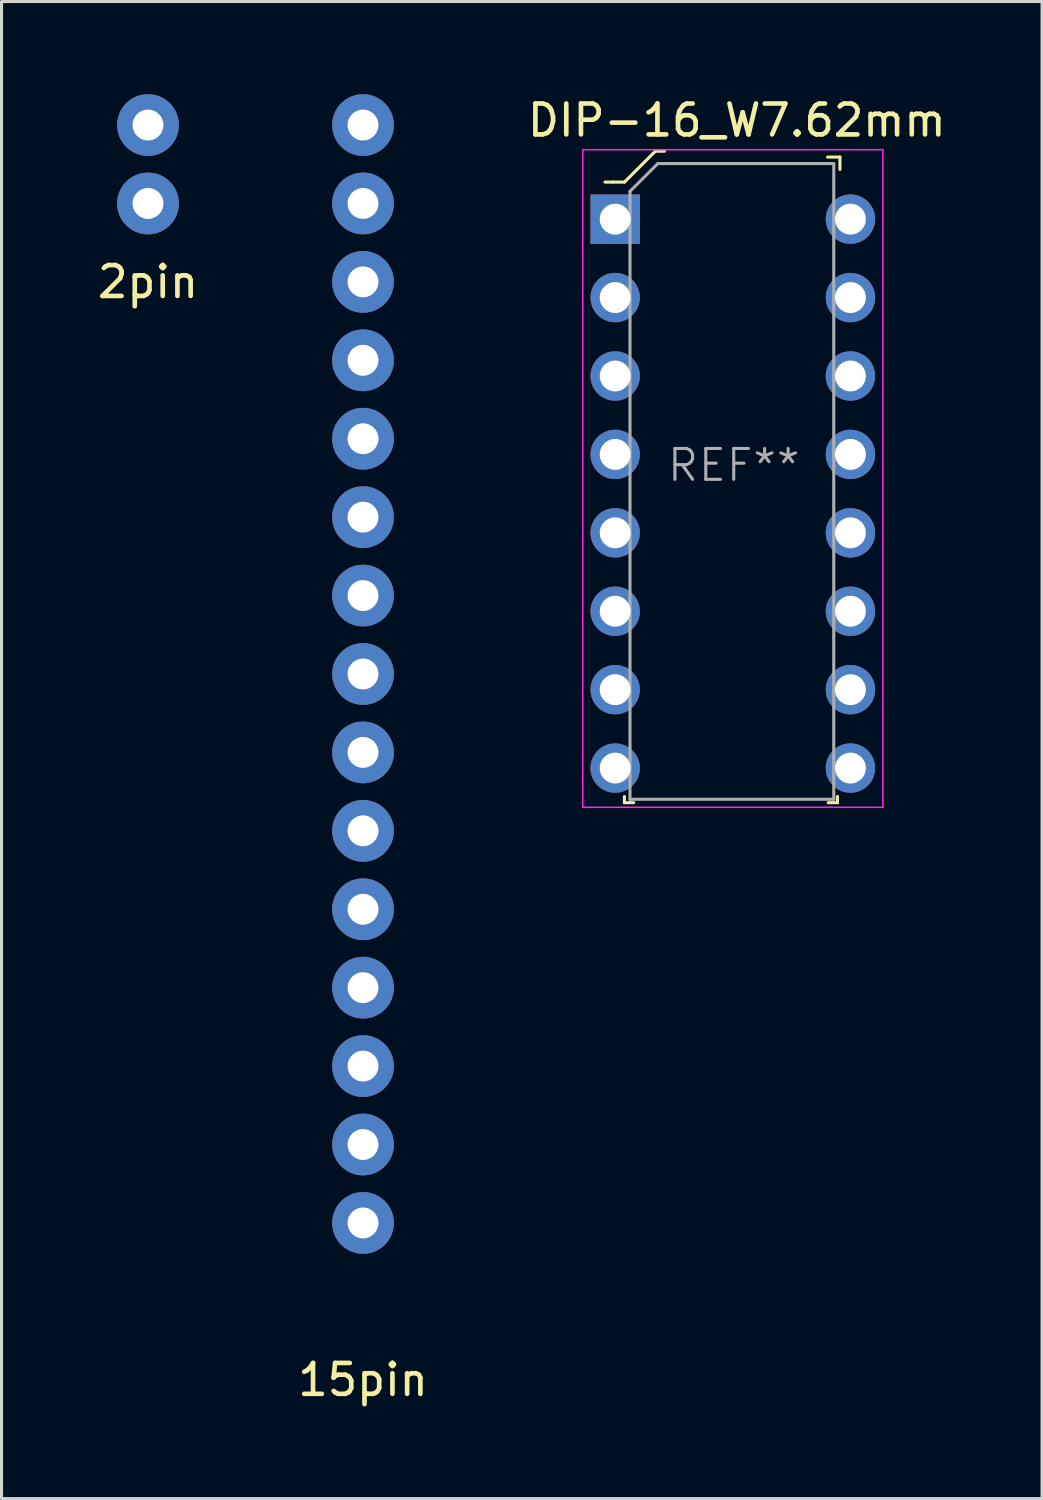
<source format=kicad_pcb>
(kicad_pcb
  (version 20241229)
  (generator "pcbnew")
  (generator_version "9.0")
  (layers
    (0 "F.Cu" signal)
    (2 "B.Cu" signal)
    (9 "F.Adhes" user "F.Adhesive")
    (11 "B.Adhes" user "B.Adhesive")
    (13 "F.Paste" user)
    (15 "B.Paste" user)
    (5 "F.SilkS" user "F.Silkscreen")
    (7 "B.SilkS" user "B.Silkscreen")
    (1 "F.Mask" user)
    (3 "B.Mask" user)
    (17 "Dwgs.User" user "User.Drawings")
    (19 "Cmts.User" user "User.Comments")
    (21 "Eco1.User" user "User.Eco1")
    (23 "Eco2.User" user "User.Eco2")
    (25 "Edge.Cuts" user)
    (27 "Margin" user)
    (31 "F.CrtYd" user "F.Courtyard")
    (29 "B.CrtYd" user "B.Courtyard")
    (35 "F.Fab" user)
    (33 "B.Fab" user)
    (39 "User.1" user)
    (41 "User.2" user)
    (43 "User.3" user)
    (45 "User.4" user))
  (footprint "DIP-16_W7.62mm"
    (layer "F.Cu")
    (at 16.875 4.048)
    (property "Reference" "DIP-16_W7.62mm" (at 3.94 -3.2 0) (layer "F.SilkS") (effects (font (size 1 1) (thickness 0.15))))
    (attr through_hole)
    (fp_line (start -0.08 -1.2) (end -0.33 -1.2) (stroke (width 0.1) (type solid)) (layer "F.SilkS"))
    (fp_line (start 0.3 -1.2) (end -0.07 -1.2) (stroke (width 0.1) (type solid)) (layer "F.SilkS"))
    (fp_line (start 0.3 18.7) (end 0.3 18.9) (stroke (width 0.1) (type solid)) (layer "F.SilkS"))
    (fp_line (start 0.3 18.9) (end 0.6 18.9) (stroke (width 0.1) (type solid)) (layer "F.SilkS"))
    (fp_line (start 1.3 -2.2) (end 0.3 -1.2) (stroke (width 0.1) (type solid)) (layer "F.SilkS"))
    (fp_line (start 1.6 -2.2) (end 1.3 -2.2) (stroke (width 0.1) (type solid)) (layer "F.SilkS"))
    (fp_line (start 6.9 18.9) (end 7.2 18.9) (stroke (width 0.1) (type solid)) (layer "F.SilkS"))
    (fp_line (start 7.2 18.9) (end 7.2 18.7) (stroke (width 0.1) (type solid)) (layer "F.SilkS"))
    (fp_line (start 7.28 -2.01) (end 6.88 -2.01) (stroke (width 0.1) (type solid)) (layer "F.SilkS"))
    (fp_line (start 7.28 -1.61) (end 7.28 -2.01) (stroke (width 0.1) (type solid)) (layer "F.SilkS"))
    (fp_line (start -1.05 -2.25) (end -1.05 19.05) (stroke (width 0.05) (type solid)) (layer "F.CrtYd"))
    (fp_line (start -1.05 -2.25) (end 8.67 -2.25) (stroke (width 0.05) (type solid)) (layer "F.CrtYd"))
    (fp_line (start -1.05 19.05) (end 8.67 19.05) (stroke (width 0.05) (type solid)) (layer "F.CrtYd"))
    (fp_line (start 8.67 19.05) (end 8.67 -2.25) (stroke (width 0.05) (type solid)) (layer "F.CrtYd"))
    (fp_line (start 0.48 -0.9) (end 0.48 18.79) (stroke (width 0.1) (type solid)) (layer "F.Fab"))
    (fp_line (start 0.48 -0.9) (end 1.38 -1.8) (stroke (width 0.1) (type solid)) (layer "F.Fab"))
    (fp_line (start 0.48 18.79) (end 7.08 18.79) (stroke (width 0.1) (type solid)) (layer "F.Fab"))
    (fp_line (start 1.38 -1.8) (end 7.08 -1.8) (stroke (width 0.1) (type solid)) (layer "F.Fab"))
    (fp_line (start 7.08 -1.8) (end 7.08 18.79) (stroke (width 0.1) (type solid)) (layer "F.Fab"))
    (fp_text user "REF**" (at 3.84 7.97 0) (layer "F.Fab") (effects (font (size 1 1) (thickness 0.1))))
    (pad "1" thru_hole rect (at 0 0) (size 1.6 1.6) (drill 1) (layers "*.Cu" "*.Mask"))
    (pad "2" thru_hole circle (at 0 2.54) (size 1.6 1.6) (drill 1) (layers "*.Cu" "*.Mask"))
    (pad "3" thru_hole circle (at 0 5.08) (size 1.6 1.6) (drill 1) (layers "*.Cu" "*.Mask"))
    (pad "4" thru_hole circle (at 0 7.62) (size 1.6 1.6) (drill 1) (layers "*.Cu" "*.Mask"))
    (pad "5" thru_hole circle (at 0 10.16) (size 1.6 1.6) (drill 1) (layers "*.Cu" "*.Mask"))
    (pad "6" thru_hole circle (at 0 12.7) (size 1.6 1.6) (drill 1) (layers "*.Cu" "*.Mask"))
    (pad "7" thru_hole circle (at 0 15.24) (size 1.6 1.6) (drill 1) (layers "*.Cu" "*.Mask"))
    (pad "8" thru_hole circle (at 0 17.78) (size 1.6 1.6) (drill 1) (layers "*.Cu" "*.Mask"))
    (pad "9" thru_hole circle (at 7.62 17.78) (size 1.6 1.6) (drill 1) (layers "*.Cu" "*.Mask"))
    (pad "10" thru_hole circle (at 7.62 15.24) (size 1.6 1.6) (drill 1) (layers "*.Cu" "*.Mask"))
    (pad "11" thru_hole circle (at 7.62 12.7) (size 1.6 1.6) (drill 1) (layers "*.Cu" "*.Mask"))
    (pad "12" thru_hole circle (at 7.62 10.16) (size 1.6 1.6) (drill 1) (layers "*.Cu" "*.Mask"))
    (pad "13" thru_hole circle (at 7.62 7.62) (size 1.6 1.6) (drill 1) (layers "*.Cu" "*.Mask"))
    (pad "14" thru_hole circle (at 7.62 5.08) (size 1.6 1.6) (drill 1) (layers "*.Cu" "*.Mask"))
    (pad "15" thru_hole circle (at 7.62 2.54) (size 1.6 1.6) (drill 1) (layers "*.Cu" "*.Mask"))
    (pad "16" thru_hole circle (at 7.62 0) (size 1.6 1.6) (drill 1) (layers "*.Cu" "*.Mask")))
  (footprint "15pin"
    (layer "F.Cu")
    (at 8.708 18.78)
    (property "Reference" "15pin" (at 0 22.86 0) (layer "F.SilkS") (effects (font (size 1 1) (thickness 0.15))))
    (attr through_hole)
    (pad "1" thru_hole circle (at 0 -17.78 90) (size 2 2) (drill 1) (layers "*.Cu" "*.Mask"))
    (pad "2" thru_hole circle (at 0 -15.24 90) (size 2 2) (drill 1) (layers "*.Cu" "*.Mask"))
    (pad "3" thru_hole circle (at 0 -12.7 90) (size 2 2) (drill 1) (layers "*.Cu" "*.Mask"))
    (pad "4" thru_hole circle (at 0 -10.16 90) (size 2 2) (drill 1) (layers "*.Cu" "*.Mask"))
    (pad "5" thru_hole circle (at 0 -7.62 90) (size 2 2) (drill 1) (layers "*.Cu" "*.Mask"))
    (pad "6" thru_hole circle (at 0 -5.08 90) (size 2 2) (drill 1) (layers "*.Cu" "*.Mask"))
    (pad "7" thru_hole circle (at 0 -2.54 90) (size 2 2) (drill 1) (layers "*.Cu" "*.Mask"))
    (pad "8" thru_hole circle (at 0 0 90) (size 2 2) (drill 1) (layers "*.Cu" "*.Mask"))
    (pad "9" thru_hole circle (at 0 2.54 90) (size 2 2) (drill 1) (layers "*.Cu" "*.Mask"))
    (pad "10" thru_hole circle (at 0 5.08 90) (size 2 2) (drill 1) (layers "*.Cu" "*.Mask"))
    (pad "11" thru_hole circle (at 0 7.62 90) (size 2 2) (drill 1) (layers "*.Cu" "*.Mask"))
    (pad "12" thru_hole circle (at 0 10.16 90) (size 2 2) (drill 1) (layers "*.Cu" "*.Mask"))
    (pad "13" thru_hole circle (at 0 12.7 90) (size 2 2) (drill 1) (layers "*.Cu" "*.Mask"))
    (pad "14" thru_hole circle (at 0 15.24 90) (size 2 2) (drill 1) (layers "*.Cu" "*.Mask"))
    (pad "15" thru_hole circle (at 0 17.78 90) (size 2 2) (drill 1) (layers "*.Cu" "*.Mask")))
  (footprint "2pin"
    (layer "F.Cu")
    (at 1.744 3.54)
    (property "Reference" "2pin" (at 0 2.54 0) (layer "F.SilkS") (effects (font (size 1 1) (thickness 0.15))))
    (attr through_hole)
    (pad "1" thru_hole circle (at 0 -2.54 90) (size 2 2) (drill 1) (layers "*.Cu" "*.Mask"))
    (pad "2" thru_hole circle (at 0 0 90) (size 2 2) (drill 1) (layers "*.Cu" "*.Mask")))
  (gr_rect
    (start -3 -3)
    (end 30.702 45.488)
    (stroke (width 0.1) (type default))
    (fill no)
    (layer "Edge.Cuts")))
</source>
